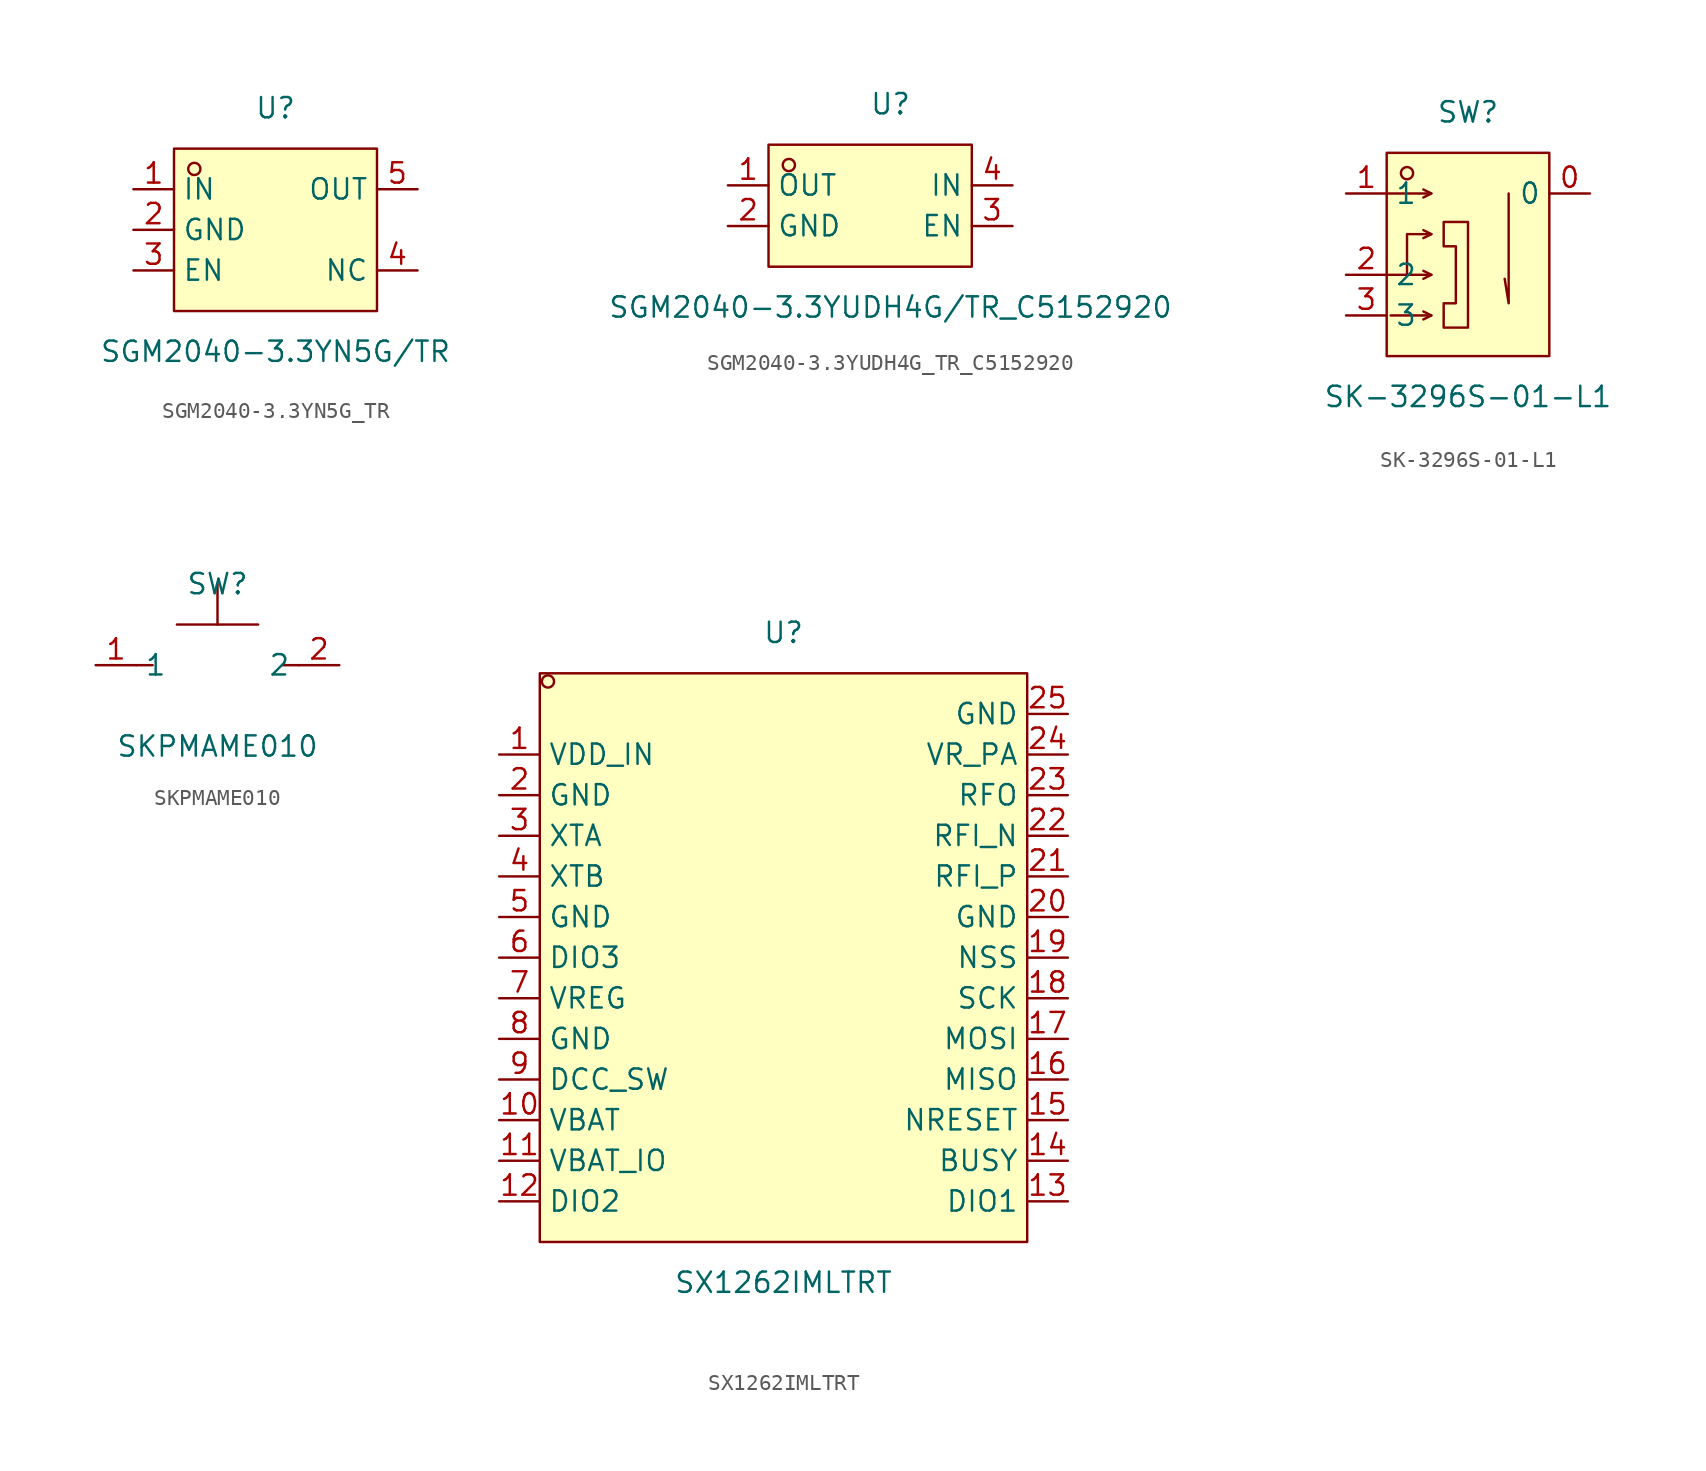
<source format=kicad_sym>
(kicad_symbol_lib
  (version 20241209)
  (generator "kicad_symbol_editor")
  (generator_version "9.0")
  (symbol "SGM2040-3.3YN5G_TR"
    (property "Reference" "U"
      (at 0 7.62 0)
      (effects (font (size 1.27 1.27))))
    (property "Value" "SGM2040-3.3YN5G/TR"
      (at 0 -7.62 0)
      (effects (font (size 1.27 1.27))))
    (symbol "SGM2040-3.3YN5G_TR_0_1"
      (rectangle (start -6.35 5.08) (end 6.35 -5.08) (stroke (width 0) (type default)) (fill (type background)))
      (circle (center -5.08 3.81) (radius 0.38) (stroke (width 0) (type default)) (fill (type none)))
      (pin unspecified line (at -8.89 2.54 0) (length 2.54) (name "IN" (effects (font (size 1.27 1.27)))) (number "1" (effects (font (size 1.27 1.27)))))
      (pin unspecified line (at -8.89 0 0) (length 2.54) (name "GND" (effects (font (size 1.27 1.27)))) (number "2" (effects (font (size 1.27 1.27)))))
      (pin unspecified line (at -8.89 -2.54 0) (length 2.54) (name "EN" (effects (font (size 1.27 1.27)))) (number "3" (effects (font (size 1.27 1.27)))))
      (pin unspecified line (at 8.89 2.54 180) (length 2.54) (name "OUT" (effects (font (size 1.27 1.27)))) (number "5" (effects (font (size 1.27 1.27)))))
      (pin unspecified line (at 8.89 -2.54 180) (length 2.54) (name "NC" (effects (font (size 1.27 1.27)))) (number "4" (effects (font (size 1.27 1.27)))))))
  (symbol "SGM2040-3.3YUDH4G_TR_C5152920"
    (property "Reference" "U"
      (at 0 7.62 0)
      (effects (font (size 1.27 1.27))))
    (property "Value" "SGM2040-3.3YUDH4G/TR_C5152920"
      (at 0 -5.08 0)
      (effects (font (size 1.27 1.27))))
    (symbol "SGM2040-3.3YUDH4G_TR_C5152920_0_1"
      (rectangle (start -7.62 5.08) (end 5.08 -2.54) (stroke (width 0) (type default)) (fill (type background)))
      (circle (center -6.35 3.81) (radius 0.38) (stroke (width 0) (type default)) (fill (type none)))
      (pin unspecified line (at -10.16 2.54 0) (length 2.54) (name "OUT" (effects (font (size 1.27 1.27)))) (number "1" (effects (font (size 1.27 1.27)))))
      (pin unspecified line (at -10.16 0 0) (length 2.54) (name "GND" (effects (font (size 1.27 1.27)))) (number "2" (effects (font (size 1.27 1.27)))))
      (pin unspecified line (at 7.62 2.54 180) (length 2.54) (name "IN" (effects (font (size 1.27 1.27)))) (number "4" (effects (font (size 1.27 1.27)))))
      (pin unspecified line (at 7.62 0 180) (length 2.54) (name "EN" (effects (font (size 1.27 1.27)))) (number "3" (effects (font (size 1.27 1.27)))))))
  (symbol "SK-3296S-01-L1"
    (property "Reference" "SW"
      (at 0 7.62 0)
      (effects (font (size 1.27 1.27))))
    (property "Value" "SK-3296S-01-L1"
      (at 0 -10.16 0)
      (effects (font (size 1.27 1.27))))
    (symbol "SK-3296S-01-L1_0_1"
      (rectangle (start -5.08 5.08) (end 5.08 -7.62) (stroke (width 0) (type default)) (fill (type background)))
      (polyline (pts (xy -5.08 2.54) (xy -2.54 2.54)) (stroke (width 0) (type default)) (fill (type none)))
      (polyline (pts (xy -5.08 -2.54) (xy -2.54 -2.54)) (stroke (width 0) (type default)) (fill (type none)))
      (polyline (pts (xy -4.83 -5.08) (xy -2.54 -5.08)) (stroke (width 0) (type default)) (fill (type none)))
      (circle (center -3.81 3.81) (radius 0.38) (stroke (width 0) (type default)) (fill (type none)))
      (polyline (pts (xy -3.81 -2.54) (xy -3.81 0) (xy -2.54 0)) (stroke (width 0) (type default)) (fill (type none)))
      (polyline (pts (xy -2.29 2.54) (xy -2.79 2.79)) (stroke (width 0) (type default)) (fill (type none)))
      (polyline (pts (xy -2.29 2.54) (xy -2.79 2.29)) (stroke (width 0) (type default)) (fill (type none)))
      (polyline (pts (xy -2.29 0) (xy -2.79 0.25)) (stroke (width 0) (type default)) (fill (type none)))
      (polyline (pts (xy -2.29 0) (xy -2.79 -0.25)) (stroke (width 0) (type default)) (fill (type none)))
      (polyline (pts (xy -2.29 -2.54) (xy -2.79 -2.29)) (stroke (width 0) (type default)) (fill (type none)))
      (polyline (pts (xy -2.29 -2.54) (xy -2.79 -2.79)) (stroke (width 0) (type default)) (fill (type none)))
      (polyline (pts (xy -2.29 -5.08) (xy -2.79 -4.83)) (stroke (width 0) (type default)) (fill (type none)))
      (polyline (pts (xy -2.29 -5.08) (xy -2.79 -5.33)) (stroke (width 0) (type default)) (fill (type none)))
      (polyline (pts (xy -1.52 0.76) (xy 0 0.76) (xy 0 -5.84) (xy -1.52 -5.84) (xy -1.52 -4.32) (xy -0.76 -4.32) (xy -0.76 -0.76) (xy -1.52 -0.76) (xy -1.52 0.76)) (stroke (width 0) (type default)) (fill (type background)))
      (polyline (pts (xy 2.54 2.54) (xy 2.54 -4.32) (xy 2.29 -2.79)) (stroke (width 0) (type default)) (fill (type none)))
      (pin unspecified line (at -7.62 2.54 0) (length 2.54) (name "1" (effects (font (size 1.27 1.27)))) (number "1" (effects (font (size 1.27 1.27)))))
      (pin unspecified line (at -7.62 -2.54 0) (length 2.54) (name "2" (effects (font (size 1.27 1.27)))) (number "2" (effects (font (size 1.27 1.27)))))
      (pin unspecified line (at -7.62 -5.08 0) (length 2.54) (name "3" (effects (font (size 1.27 1.27)))) (number "3" (effects (font (size 1.27 1.27)))))
      (pin unspecified line (at 7.62 2.54 180) (length 2.54) (name "0" (effects (font (size 1.27 1.27)))) (number "0" (effects (font (size 1.27 1.27)))))))
  (symbol "SKPMAME010"
    (property "Reference" "SW"
      (at 0 2.54 0)
      (effects (font (size 1.27 1.27))))
    (property "Value" "SKPMAME010"
      (at 0 -7.62 0)
      (effects (font (size 1.27 1.27))))
    (symbol "SKPMAME010_0_1"
      (polyline (pts (xy -5.08 -2.54) (xy -4.06 -2.54)) (stroke (width 0) (type default)) (fill (type none)))
      (polyline (pts (xy -2.54 0) (xy 2.54 0)) (stroke (width 0) (type default)) (fill (type none)))
      (arc (start -2.29 2.29) (mid -2.29 2.36) (end -2.29 2.29) (stroke (width 0) (type default)) (fill (type none)))
      (polyline (pts (xy 0 0) (xy 0 2.54)) (stroke (width 0) (type default)) (fill (type none)))
      (arc (start 3.81 2.29) (mid 3.81 2.36) (end 3.81 2.29) (stroke (width 0) (type default)) (fill (type none)))
      (polyline (pts (xy 5.08 -2.54) (xy 4.06 -2.54)) (stroke (width 0) (type default)) (fill (type none)))
      (pin input line (at -7.62 -2.54 0) (length 2.54) (name "1" (effects (font (size 1.27 1.27)))) (number "1" (effects (font (size 1.27 1.27)))))
      (pin input line (at 7.62 -2.54 180) (length 2.54) (name "2" (effects (font (size 1.27 1.27)))) (number "2" (effects (font (size 1.27 1.27)))))))
  (symbol "SX1262IMLTRT"
    (property "Reference" "U"
      (at 0 20.32 0)
      (effects (font (size 1.27 1.27))))
    (property "Value" "SX1262IMLTRT"
      (at 0 -20.32 0)
      (effects (font (size 1.27 1.27))))
    (symbol "SX1262IMLTRT_0_1"
      (rectangle (start -15.24 17.78) (end 15.24 -17.78) (stroke (width 0) (type default)) (fill (type background)))
      (circle (center -14.73 17.27) (radius 0.38) (stroke (width 0) (type default)) (fill (type none)))
      (pin unspecified line (at -17.78 12.7 0) (length 2.54) (name "VDD_IN" (effects (font (size 1.27 1.27)))) (number "1" (effects (font (size 1.27 1.27)))))
      (pin unspecified line (at -17.78 10.16 0) (length 2.54) (name "GND" (effects (font (size 1.27 1.27)))) (number "2" (effects (font (size 1.27 1.27)))))
      (pin unspecified line (at -17.78 7.62 0) (length 2.54) (name "XTA" (effects (font (size 1.27 1.27)))) (number "3" (effects (font (size 1.27 1.27)))))
      (pin unspecified line (at -17.78 5.08 0) (length 2.54) (name "XTB" (effects (font (size 1.27 1.27)))) (number "4" (effects (font (size 1.27 1.27)))))
      (pin unspecified line (at -17.78 2.54 0) (length 2.54) (name "GND" (effects (font (size 1.27 1.27)))) (number "5" (effects (font (size 1.27 1.27)))))
      (pin unspecified line (at -17.78 0 0) (length 2.54) (name "DIO3" (effects (font (size 1.27 1.27)))) (number "6" (effects (font (size 1.27 1.27)))))
      (pin unspecified line (at -17.78 -2.54 0) (length 2.54) (name "VREG" (effects (font (size 1.27 1.27)))) (number "7" (effects (font (size 1.27 1.27)))))
      (pin unspecified line (at -17.78 -5.08 0) (length 2.54) (name "GND" (effects (font (size 1.27 1.27)))) (number "8" (effects (font (size 1.27 1.27)))))
      (pin unspecified line (at -17.78 -7.62 0) (length 2.54) (name "DCC_SW" (effects (font (size 1.27 1.27)))) (number "9" (effects (font (size 1.27 1.27)))))
      (pin unspecified line (at -17.78 -10.16 0) (length 2.54) (name "VBAT" (effects (font (size 1.27 1.27)))) (number "10" (effects (font (size 1.27 1.27)))))
      (pin unspecified line (at -17.78 -12.7 0) (length 2.54) (name "VBAT_IO" (effects (font (size 1.27 1.27)))) (number "11" (effects (font (size 1.27 1.27)))))
      (pin unspecified line (at -17.78 -15.24 0) (length 2.54) (name "DIO2" (effects (font (size 1.27 1.27)))) (number "12" (effects (font (size 1.27 1.27)))))
      (pin unspecified line (at 17.78 15.24 180) (length 2.54) (name "GND" (effects (font (size 1.27 1.27)))) (number "25" (effects (font (size 1.27 1.27)))))
      (pin unspecified line (at 17.78 12.7 180) (length 2.54) (name "VR_PA" (effects (font (size 1.27 1.27)))) (number "24" (effects (font (size 1.27 1.27)))))
      (pin unspecified line (at 17.78 10.16 180) (length 2.54) (name "RFO" (effects (font (size 1.27 1.27)))) (number "23" (effects (font (size 1.27 1.27)))))
      (pin unspecified line (at 17.78 7.62 180) (length 2.54) (name "RFI_N" (effects (font (size 1.27 1.27)))) (number "22" (effects (font (size 1.27 1.27)))))
      (pin unspecified line (at 17.78 5.08 180) (length 2.54) (name "RFI_P" (effects (font (size 1.27 1.27)))) (number "21" (effects (font (size 1.27 1.27)))))
      (pin unspecified line (at 17.78 2.54 180) (length 2.54) (name "GND" (effects (font (size 1.27 1.27)))) (number "20" (effects (font (size 1.27 1.27)))))
      (pin unspecified line (at 17.78 0 180) (length 2.54) (name "NSS" (effects (font (size 1.27 1.27)))) (number "19" (effects (font (size 1.27 1.27)))))
      (pin unspecified line (at 17.78 -2.54 180) (length 2.54) (name "SCK" (effects (font (size 1.27 1.27)))) (number "18" (effects (font (size 1.27 1.27)))))
      (pin unspecified line (at 17.78 -5.08 180) (length 2.54) (name "MOSI" (effects (font (size 1.27 1.27)))) (number "17" (effects (font (size 1.27 1.27)))))
      (pin unspecified line (at 17.78 -7.62 180) (length 2.54) (name "MISO" (effects (font (size 1.27 1.27)))) (number "16" (effects (font (size 1.27 1.27)))))
      (pin unspecified line (at 17.78 -10.16 180) (length 2.54) (name "NRESET" (effects (font (size 1.27 1.27)))) (number "15" (effects (font (size 1.27 1.27)))))
      (pin unspecified line (at 17.78 -12.7 180) (length 2.54) (name "BUSY" (effects (font (size 1.27 1.27)))) (number "14" (effects (font (size 1.27 1.27)))))
      (pin unspecified line (at 17.78 -15.24 180) (length 2.54) (name "DIO1" (effects (font (size 1.27 1.27)))) (number "13" (effects (font (size 1.27 1.27))))))))
</source>
